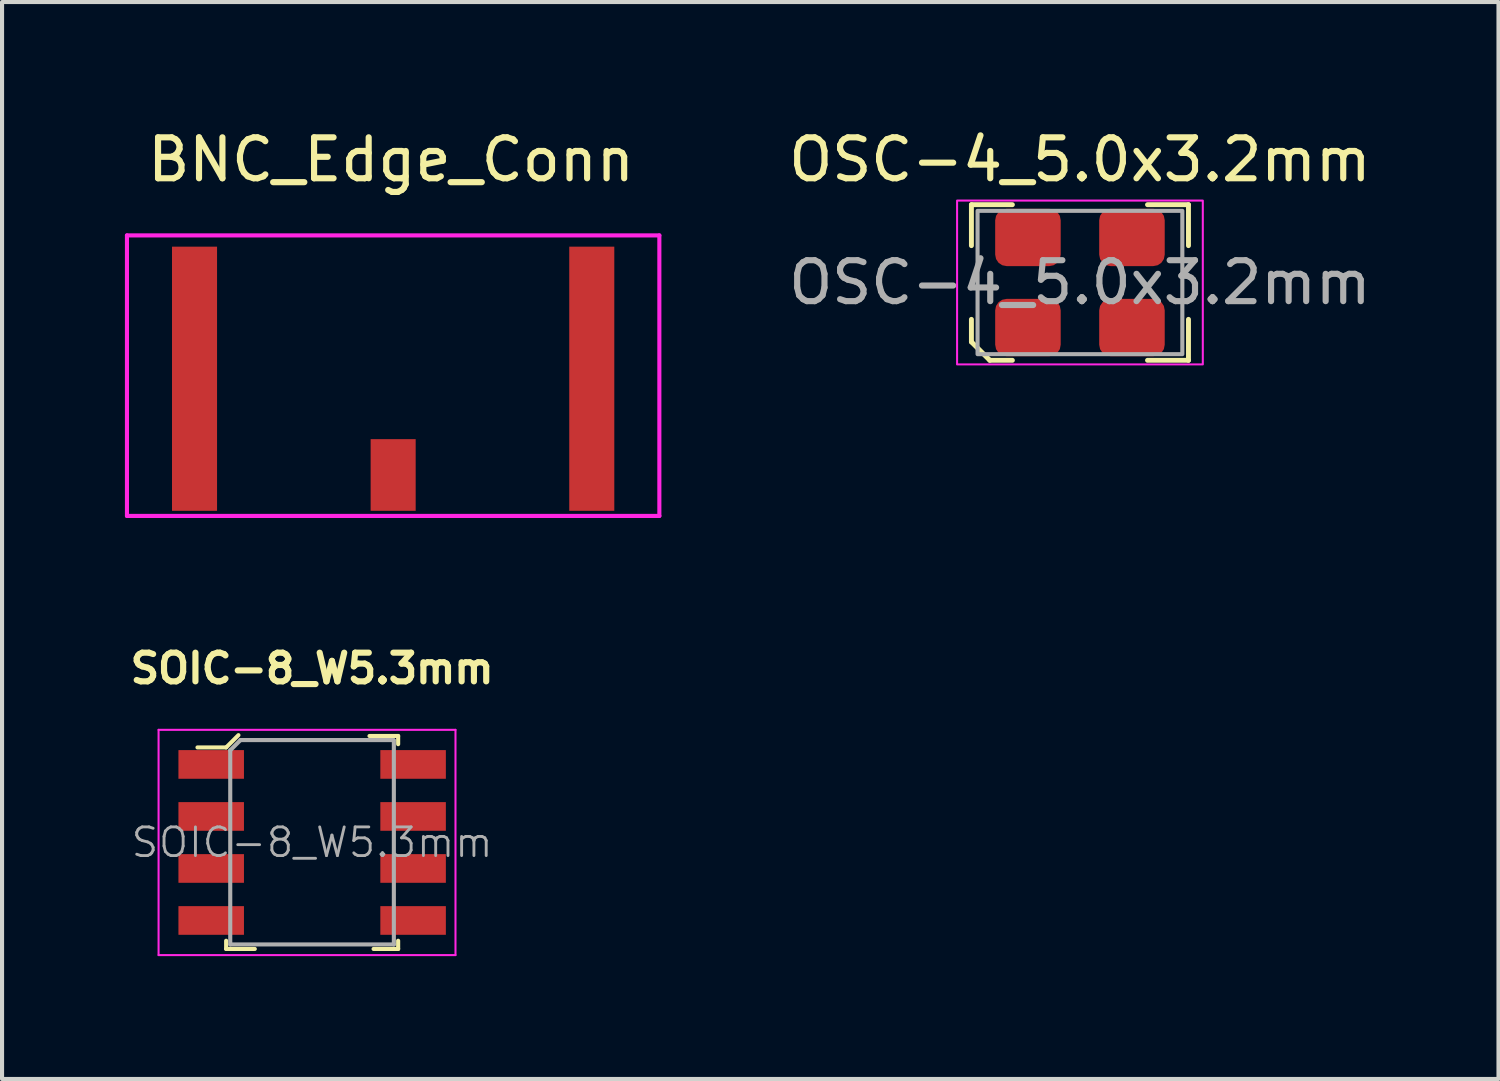
<source format=kicad_pcb>
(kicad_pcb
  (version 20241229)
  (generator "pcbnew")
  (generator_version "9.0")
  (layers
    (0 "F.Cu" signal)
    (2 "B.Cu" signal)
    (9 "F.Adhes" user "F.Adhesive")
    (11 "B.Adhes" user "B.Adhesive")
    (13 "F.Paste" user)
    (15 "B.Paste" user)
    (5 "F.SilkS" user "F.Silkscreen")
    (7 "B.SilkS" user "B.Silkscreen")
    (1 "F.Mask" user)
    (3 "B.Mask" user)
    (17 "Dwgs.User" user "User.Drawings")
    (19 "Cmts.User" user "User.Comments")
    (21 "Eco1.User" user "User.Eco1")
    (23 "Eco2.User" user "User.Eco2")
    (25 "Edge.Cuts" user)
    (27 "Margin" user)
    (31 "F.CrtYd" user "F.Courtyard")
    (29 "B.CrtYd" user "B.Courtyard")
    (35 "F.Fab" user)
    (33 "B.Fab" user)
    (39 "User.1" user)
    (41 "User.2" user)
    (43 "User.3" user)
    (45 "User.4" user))
  (footprint "BNC_Edge_Conn"
    (layer "F.Cu")
    (at 6.55 8.548)
    (property "Reference" "BNC_Edge_Conn" (at -0.05 -7.7 0) (layer "F.SilkS") (effects (font (size 1 1) (thickness 0.15))))
    (attr smd)
    (fp_line (start -6.5 -5.85) (end -6.5 1) (stroke (width 0.1) (type solid)) (layer "F.CrtYd"))
    (fp_line (start 6.5 -5.85) (end -6.5 -5.85) (stroke (width 0.1) (type solid)) (layer "F.CrtYd"))
    (fp_line (start 6.5 1) (end -6.5 1) (stroke (width 0.1) (type solid)) (layer "F.CrtYd"))
    (fp_line (start 6.5 1) (end 6.5 -5.85) (stroke (width 0.1) (type solid)) (layer "F.CrtYd"))
    (pad "1" smd rect (at 0 0) (size 1.1 1.75) (layers "F.Cu" "F.Mask" "F.Paste"))
    (pad "2" smd rect (at -4.85 -2.35) (size 1.1 6.45) (layers "F.Cu" "F.Mask" "F.Paste"))
    (pad "2" smd rect (at 4.85 -2.35) (size 1.1 6.45) (layers "F.Cu" "F.Mask" "F.Paste")))
  (footprint "OSC-4_5.0x3.2mm"
    (layer "F.Cu")
    (at 23.32 3.848)
    (property "Reference" "OSC-4_5.0x3.2mm" (at 0 -3 0) (unlocked yes) (layer "F.SilkS") (effects (font (size 1 1) (thickness 0.15))))
    (attr smd)
    (fp_line (start -2.65 -1.9) (end -2.65 -0.9) (stroke (width 0.12) (type solid)) (layer "F.SilkS"))
    (fp_line (start -2.65 -1.9) (end -1.65 -1.9) (stroke (width 0.12) (type solid)) (layer "F.SilkS"))
    (fp_line (start -2.65 1.45) (end -2.65 0.9) (stroke (width 0.12) (type solid)) (layer "F.SilkS"))
    (fp_line (start -2.2 1.9) (end -2.65 1.45) (stroke (width 0.12) (type solid)) (layer "F.SilkS"))
    (fp_line (start -2.2 1.9) (end -1.65 1.9) (stroke (width 0.12) (type solid)) (layer "F.SilkS"))
    (fp_line (start 2.65 -1.9) (end 1.65 -1.9) (stroke (width 0.12) (type solid)) (layer "F.SilkS"))
    (fp_line (start 2.65 -1.9) (end 2.65 -0.9) (stroke (width 0.12) (type solid)) (layer "F.SilkS"))
    (fp_line (start 2.65 1.9) (end 1.65 1.9) (stroke (width 0.12) (type solid)) (layer "F.SilkS"))
    (fp_line (start 2.65 1.9) (end 2.65 0.9) (stroke (width 0.12) (type solid)) (layer "F.SilkS"))
    (fp_rect (start -3 -2) (end 3 2) (stroke (width 0.05) (type solid)) (fill no) (layer "F.CrtYd"))
    (fp_rect (start -2.5 -1.75) (end 2.5 1.75) (stroke (width 0.1) (type solid)) (fill no) (layer "F.Fab"))
    (fp_text user "${REFERENCE}" (at 0 0 0) (unlocked yes) (layer "F.Fab") (effects (font (size 1 1) (thickness 0.15))))
    (pad "1" smd roundrect (at -1.27 1.1) (size 1.6 1.4) (layers "F.Cu" "F.Mask" "F.Paste") (roundrect_rratio 0.2))
    (pad "2" smd roundrect (at 1.27 1.1) (size 1.6 1.4) (layers "F.Cu" "F.Mask" "F.Paste") (roundrect_rratio 0.2))
    (pad "3" smd roundrect (at 1.27 -1.1) (size 1.6 1.4) (layers "F.Cu" "F.Mask" "F.Paste") (roundrect_rratio 0.2))
    (pad "4" smd roundrect (at -1.27 -1.1) (size 1.6 1.4) (layers "F.Cu" "F.Mask" "F.Paste") (roundrect_rratio 0.2)))
  (footprint "SOIC-8_W5.3mm"
    (layer "F.Cu")
    (at 4.572 17.521)
    (property "Reference" "SOIC-8_W5.3mm" (at 0 -4.25 0) (layer "F.SilkS") (effects (font (size 0.7 0.7) (thickness 0.15))))
    (attr smd)
    (fp_line (start -2.1 -2.32) (end -2.8 -2.32) (stroke (width 0.1) (type solid)) (layer "F.SilkS"))
    (fp_line (start -2.1 2.4) (end -2.1 2.6) (stroke (width 0.1) (type solid)) (layer "F.SilkS"))
    (fp_line (start -2.1 2.6) (end -1.4 2.6) (stroke (width 0.1) (type solid)) (layer "F.SilkS"))
    (fp_line (start -1.8 -2.62) (end -2.1 -2.32) (stroke (width 0.1) (type solid)) (layer "F.SilkS"))
    (fp_line (start 1.4 -2.6) (end 2.1 -2.6) (stroke (width 0.1) (type solid)) (layer "F.SilkS"))
    (fp_line (start 2.1 -2.6) (end 2.1 -2.4) (stroke (width 0.1) (type solid)) (layer "F.SilkS"))
    (fp_line (start 2.1 2.4) (end 2.1 2.6) (stroke (width 0.1) (type solid)) (layer "F.SilkS"))
    (fp_line (start 2.1 2.6) (end 1.5 2.6) (stroke (width 0.1) (type solid)) (layer "F.SilkS"))
    (fp_line (start -3.75 -2.75) (end -3.75 2.75) (stroke (width 0.05) (type solid)) (layer "F.CrtYd"))
    (fp_line (start -3.75 -2.75) (end 3.5 -2.75) (stroke (width 0.05) (type solid)) (layer "F.CrtYd"))
    (fp_line (start -3.75 2.75) (end 3.5 2.75) (stroke (width 0.05) (type solid)) (layer "F.CrtYd"))
    (fp_line (start 3.5 -2.75) (end 3.5 2.75) (stroke (width 0.05) (type solid)) (layer "F.CrtYd"))
    (fp_line (start -2 -2.25) (end -1.75 -2.5) (stroke (width 0.1) (type solid)) (layer "F.Fab"))
    (fp_line (start -2 2.49) (end -2 -2.25) (stroke (width 0.1) (type solid)) (layer "F.Fab"))
    (fp_line (start -1.995 2.49) (end 1.995 2.49) (stroke (width 0.1) (type solid)) (layer "F.Fab"))
    (fp_line (start 1.99 -2.5) (end -1.75 -2.5) (stroke (width 0.1) (type solid)) (layer "F.Fab"))
    (fp_line (start 1.995 2.49) (end 1.995 -2.49) (stroke (width 0.1) (type solid)) (layer "F.Fab"))
    (fp_text user "${REFERENCE}" (at 0 0 0) (layer "F.Fab") (effects (font (size 0.7 0.7) (thickness 0.07))))
    (pad "1" smd rect (at -2.465 -1.905) (size 1.6 0.7) (layers "F.Cu" "F.Mask" "F.Paste"))
    (pad "2" smd rect (at -2.465 -0.635) (size 1.6 0.7) (layers "F.Cu" "F.Mask" "F.Paste"))
    (pad "3" smd rect (at -2.465 0.635) (size 1.6 0.7) (layers "F.Cu" "F.Mask" "F.Paste"))
    (pad "4" smd rect (at -2.465 1.905) (size 1.6 0.7) (layers "F.Cu" "F.Mask" "F.Paste"))
    (pad "5" smd rect (at 2.465 1.905) (size 1.6 0.7) (layers "F.Cu" "F.Mask" "F.Paste"))
    (pad "6" smd rect (at 2.465 0.635) (size 1.6 0.7) (layers "F.Cu" "F.Mask" "F.Paste"))
    (pad "7" smd rect (at 2.465 -0.635) (size 1.6 0.7) (layers "F.Cu" "F.Mask" "F.Paste"))
    (pad "8" smd rect (at 2.465 -1.905) (size 1.6 0.7) (layers "F.Cu" "F.Mask" "F.Paste")))
  (gr_rect
    (start -3 -3)
    (end 33.54 23.296)
    (stroke (width 0.1) (type default))
    (fill no)
    (layer "Edge.Cuts")))
</source>
